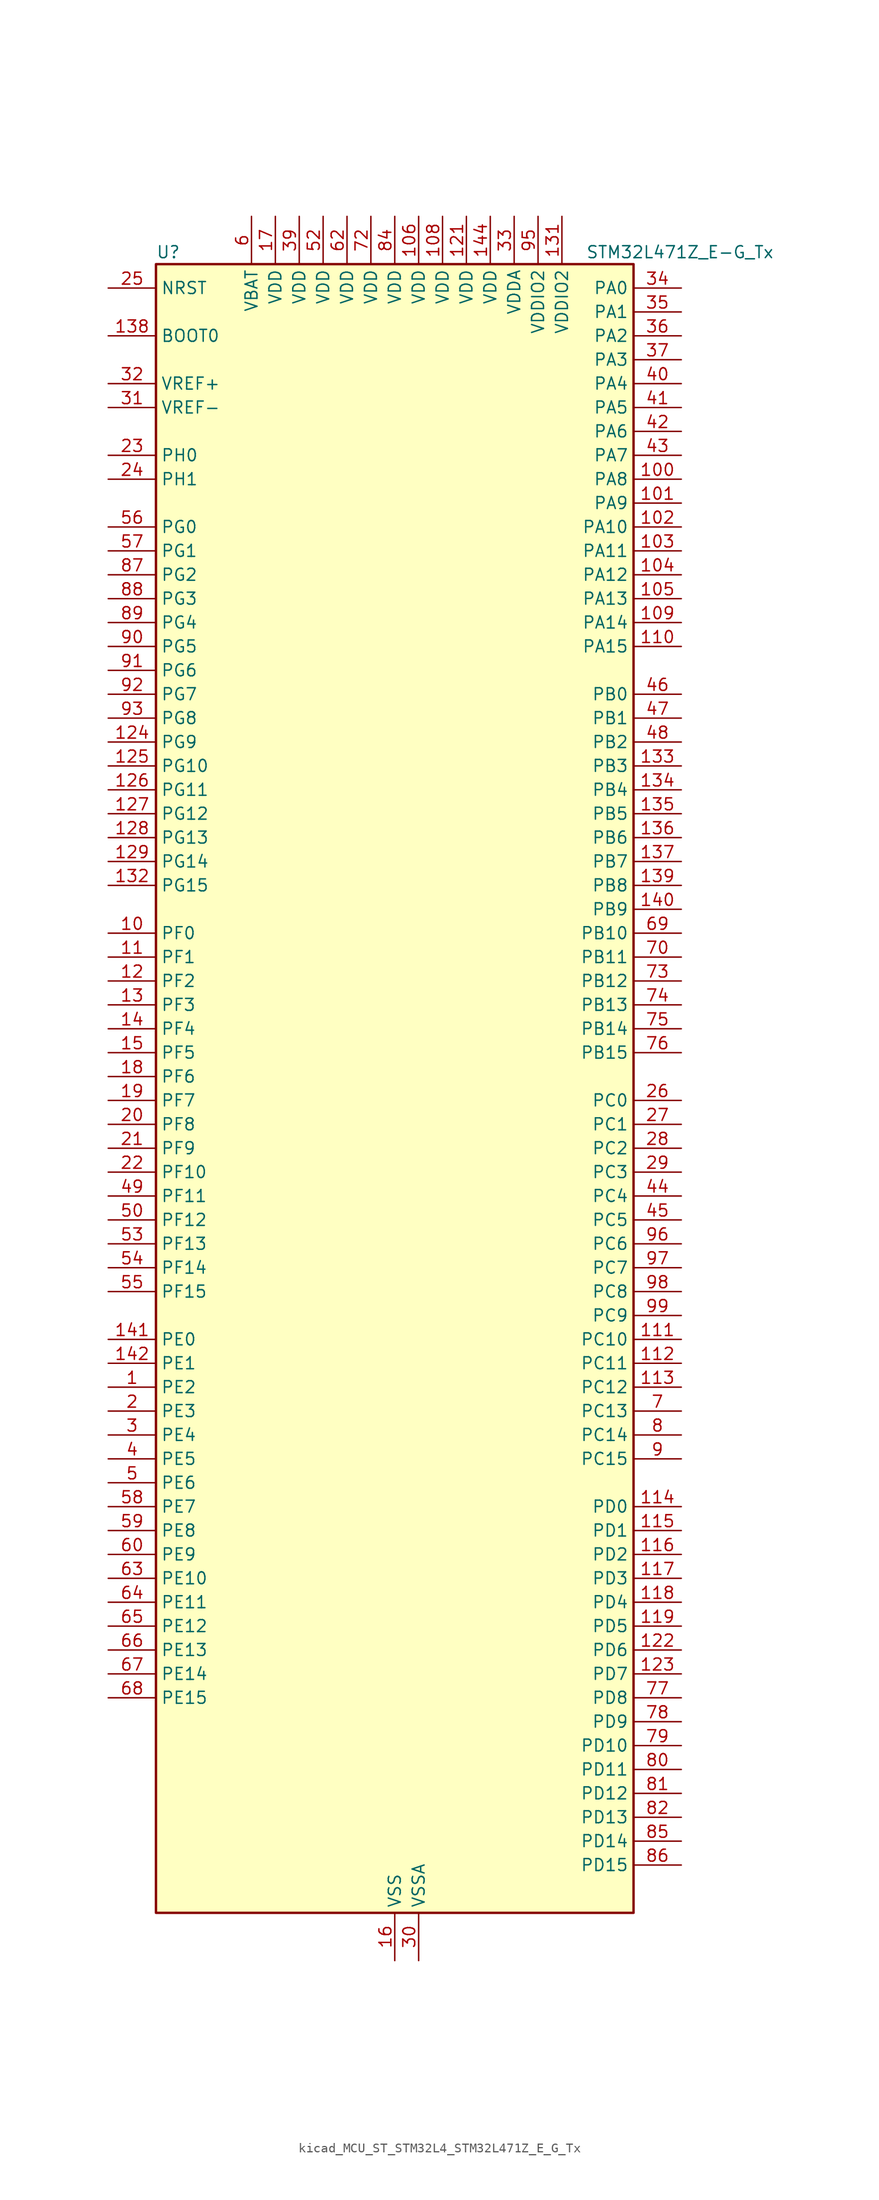
<source format=kicad_sym>
(kicad_symbol_lib
  (version 20220914)
  (generator kicad_symbol_editor)
  (symbol "kicad_MCU_ST_STM32L4_STM32L471Z_E_G_Tx"
    (property "Reference" "U"
      (at -25.4 90.17 0)
      (effects (font (size 1.27 1.27)) (justify left)))
    (property "Value" "STM32L471Z_E-G_Tx"
      (at 20.32 90.17 0)
      (effects (font (size 1.27 1.27)) (justify left)))
    (property "ki_locked" ""
      (at 0 0 0)
      (effects (font (size 1.27 1.27))))
    (symbol "kicad_MCU_ST_STM32L4_STM32L471Z_E_G_Tx_0_1"
      (rectangle (start -25.4 -86.36) (end 25.4 88.9) (stroke (width 0.254) (type default)) (fill (type background))))
    (symbol "kicad_MCU_ST_STM32L4_STM32L471Z_E_G_Tx_1_1"
      (pin bidirectional line (at -30.48 -30.48 0) (length 5.08) (name "PE2" (effects (font (size 1.27 1.27)))) (number "1" (effects (font (size 1.27 1.27)))) (alternate "FMC_A23" bidirectional line) (alternate "SAI1_MCLK_A" bidirectional line) (alternate "SYS_TRACECLK" bidirectional line) (alternate "TIM3_ETR" bidirectional line) (alternate "TSC_G7_IO1" bidirectional line))
      (pin bidirectional line (at -30.48 17.78 0) (length 5.08) (name "PF0" (effects (font (size 1.27 1.27)))) (number "10" (effects (font (size 1.27 1.27)))) (alternate "FMC_A0" bidirectional line) (alternate "I2C2_SDA" bidirectional line))
      (pin bidirectional line (at 30.48 66.04 180) (length 5.08) (name "PA8" (effects (font (size 1.27 1.27)))) (number "100" (effects (font (size 1.27 1.27)))) (alternate "LPTIM2_OUT" bidirectional line) (alternate "RCC_MCO" bidirectional line) (alternate "TIM1_CH1" bidirectional line) (alternate "USART1_CK" bidirectional line))
      (pin bidirectional line (at 30.48 63.5 180) (length 5.08) (name "PA9" (effects (font (size 1.27 1.27)))) (number "101" (effects (font (size 1.27 1.27)))) (alternate "DAC1_EXTI9" bidirectional line) (alternate "TIM15_BKIN" bidirectional line) (alternate "TIM1_CH2" bidirectional line) (alternate "USART1_TX" bidirectional line))
      (pin bidirectional line (at 30.48 60.96 180) (length 5.08) (name "PA10" (effects (font (size 1.27 1.27)))) (number "102" (effects (font (size 1.27 1.27)))) (alternate "TIM17_BKIN" bidirectional line) (alternate "TIM1_CH3" bidirectional line) (alternate "USART1_RX" bidirectional line))
      (pin bidirectional line (at 30.48 58.42 180) (length 5.08) (name "PA11" (effects (font (size 1.27 1.27)))) (number "103" (effects (font (size 1.27 1.27)))) (alternate "ADC1_EXTI11" bidirectional line) (alternate "ADC2_EXTI11" bidirectional line) (alternate "ADC3_EXTI11" bidirectional line) (alternate "CAN1_RX" bidirectional line) (alternate "TIM1_BKIN2" bidirectional line) (alternate "TIM1_BKIN2_COMP1" bidirectional line) (alternate "TIM1_CH4" bidirectional line) (alternate "USART1_CTS" bidirectional line))
      (pin bidirectional line (at 30.48 55.88 180) (length 5.08) (name "PA12" (effects (font (size 1.27 1.27)))) (number "104" (effects (font (size 1.27 1.27)))) (alternate "CAN1_TX" bidirectional line) (alternate "TIM1_ETR" bidirectional line) (alternate "USART1_DE" bidirectional line) (alternate "USART1_RTS" bidirectional line))
      (pin bidirectional line (at 30.48 53.34 180) (length 5.08) (name "PA13" (effects (font (size 1.27 1.27)))) (number "105" (effects (font (size 1.27 1.27)))) (alternate "IR_OUT" bidirectional line) (alternate "SYS_JTMS-SWDIO" bidirectional line))
      (pin power_in line (at 2.54 93.98 270) (length 5.08) (name "VDD" (effects (font (size 1.27 1.27)))) (number "106" (effects (font (size 1.27 1.27)))))
      (pin passive line (at 0 -91.44 90) (length 5.08) hide (name "VSS" (effects (font (size 1.27 1.27)))) (number "107" (effects (font (size 1.27 1.27)))))
      (pin power_in line (at 5.08 93.98 270) (length 5.08) (name "VDD" (effects (font (size 1.27 1.27)))) (number "108" (effects (font (size 1.27 1.27)))))
      (pin bidirectional line (at 30.48 50.8 180) (length 5.08) (name "PA14" (effects (font (size 1.27 1.27)))) (number "109" (effects (font (size 1.27 1.27)))) (alternate "SYS_JTCK-SWCLK" bidirectional line))
      (pin bidirectional line (at -30.48 15.24 0) (length 5.08) (name "PF1" (effects (font (size 1.27 1.27)))) (number "11" (effects (font (size 1.27 1.27)))) (alternate "FMC_A1" bidirectional line) (alternate "I2C2_SCL" bidirectional line))
      (pin bidirectional line (at 30.48 48.26 180) (length 5.08) (name "PA15" (effects (font (size 1.27 1.27)))) (number "110" (effects (font (size 1.27 1.27)))) (alternate "ADC1_EXTI15" bidirectional line) (alternate "ADC2_EXTI15" bidirectional line) (alternate "ADC3_EXTI15" bidirectional line) (alternate "SAI2_FS_B" bidirectional line) (alternate "SPI1_NSS" bidirectional line) (alternate "SPI3_NSS" bidirectional line) (alternate "SYS_JTDI" bidirectional line) (alternate "TIM2_CH1" bidirectional line) (alternate "TIM2_ETR" bidirectional line) (alternate "TSC_G3_IO1" bidirectional line) (alternate "UART4_DE" bidirectional line) (alternate "UART4_RTS" bidirectional line))
      (pin bidirectional line (at 30.48 -25.4 180) (length 5.08) (name "PC10" (effects (font (size 1.27 1.27)))) (number "111" (effects (font (size 1.27 1.27)))) (alternate "SAI2_SCK_B" bidirectional line) (alternate "SDMMC1_D2" bidirectional line) (alternate "SPI3_SCK" bidirectional line) (alternate "TSC_G3_IO2" bidirectional line) (alternate "UART4_TX" bidirectional line) (alternate "USART3_TX" bidirectional line))
      (pin bidirectional line (at 30.48 -27.94 180) (length 5.08) (name "PC11" (effects (font (size 1.27 1.27)))) (number "112" (effects (font (size 1.27 1.27)))) (alternate "ADC1_EXTI11" bidirectional line) (alternate "ADC2_EXTI11" bidirectional line) (alternate "ADC3_EXTI11" bidirectional line) (alternate "SAI2_MCLK_B" bidirectional line) (alternate "SDMMC1_D3" bidirectional line) (alternate "SPI3_MISO" bidirectional line) (alternate "TSC_G3_IO3" bidirectional line) (alternate "UART4_RX" bidirectional line) (alternate "USART3_RX" bidirectional line))
      (pin bidirectional line (at 30.48 -30.48 180) (length 5.08) (name "PC12" (effects (font (size 1.27 1.27)))) (number "113" (effects (font (size 1.27 1.27)))) (alternate "SAI2_SD_B" bidirectional line) (alternate "SDMMC1_CK" bidirectional line) (alternate "SPI3_MOSI" bidirectional line) (alternate "TSC_G3_IO4" bidirectional line) (alternate "UART5_TX" bidirectional line) (alternate "USART3_CK" bidirectional line))
      (pin bidirectional line (at 30.48 -43.18 180) (length 5.08) (name "PD0" (effects (font (size 1.27 1.27)))) (number "114" (effects (font (size 1.27 1.27)))) (alternate "CAN1_RX" bidirectional line) (alternate "DFSDM1_DATIN7" bidirectional line) (alternate "FMC_D2" bidirectional line) (alternate "FMC_DA2" bidirectional line) (alternate "SPI2_NSS" bidirectional line))
      (pin bidirectional line (at 30.48 -45.72 180) (length 5.08) (name "PD1" (effects (font (size 1.27 1.27)))) (number "115" (effects (font (size 1.27 1.27)))) (alternate "CAN1_TX" bidirectional line) (alternate "DFSDM1_CKIN7" bidirectional line) (alternate "FMC_D3" bidirectional line) (alternate "FMC_DA3" bidirectional line) (alternate "SPI2_SCK" bidirectional line))
      (pin bidirectional line (at 30.48 -48.26 180) (length 5.08) (name "PD2" (effects (font (size 1.27 1.27)))) (number "116" (effects (font (size 1.27 1.27)))) (alternate "SDMMC1_CMD" bidirectional line) (alternate "TIM3_ETR" bidirectional line) (alternate "TSC_SYNC" bidirectional line) (alternate "UART5_RX" bidirectional line) (alternate "USART3_DE" bidirectional line) (alternate "USART3_RTS" bidirectional line))
      (pin bidirectional line (at 30.48 -50.8 180) (length 5.08) (name "PD3" (effects (font (size 1.27 1.27)))) (number "117" (effects (font (size 1.27 1.27)))) (alternate "DFSDM1_DATIN0" bidirectional line) (alternate "FMC_CLK" bidirectional line) (alternate "SPI2_MISO" bidirectional line) (alternate "USART2_CTS" bidirectional line))
      (pin bidirectional line (at 30.48 -53.34 180) (length 5.08) (name "PD4" (effects (font (size 1.27 1.27)))) (number "118" (effects (font (size 1.27 1.27)))) (alternate "DFSDM1_CKIN0" bidirectional line) (alternate "FMC_NOE" bidirectional line) (alternate "SPI2_MOSI" bidirectional line) (alternate "USART2_DE" bidirectional line) (alternate "USART2_RTS" bidirectional line))
      (pin bidirectional line (at 30.48 -55.88 180) (length 5.08) (name "PD5" (effects (font (size 1.27 1.27)))) (number "119" (effects (font (size 1.27 1.27)))) (alternate "FMC_NWE" bidirectional line) (alternate "USART2_TX" bidirectional line))
      (pin bidirectional line (at -30.48 12.7 0) (length 5.08) (name "PF2" (effects (font (size 1.27 1.27)))) (number "12" (effects (font (size 1.27 1.27)))) (alternate "FMC_A2" bidirectional line) (alternate "I2C2_SMBA" bidirectional line))
      (pin passive line (at 0 -91.44 90) (length 5.08) hide (name "VSS" (effects (font (size 1.27 1.27)))) (number "120" (effects (font (size 1.27 1.27)))))
      (pin power_in line (at 7.62 93.98 270) (length 5.08) (name "VDD" (effects (font (size 1.27 1.27)))) (number "121" (effects (font (size 1.27 1.27)))))
      (pin bidirectional line (at 30.48 -58.42 180) (length 5.08) (name "PD6" (effects (font (size 1.27 1.27)))) (number "122" (effects (font (size 1.27 1.27)))) (alternate "DFSDM1_DATIN1" bidirectional line) (alternate "FMC_NWAIT" bidirectional line) (alternate "SAI1_SD_A" bidirectional line) (alternate "USART2_RX" bidirectional line))
      (pin bidirectional line (at 30.48 -60.96 180) (length 5.08) (name "PD7" (effects (font (size 1.27 1.27)))) (number "123" (effects (font (size 1.27 1.27)))) (alternate "DFSDM1_CKIN1" bidirectional line) (alternate "FMC_NE1" bidirectional line) (alternate "USART2_CK" bidirectional line))
      (pin bidirectional line (at -30.48 38.1 0) (length 5.08) (name "PG9" (effects (font (size 1.27 1.27)))) (number "124" (effects (font (size 1.27 1.27)))) (alternate "DAC1_EXTI9" bidirectional line) (alternate "FMC_NCE3" bidirectional line) (alternate "FMC_NE2" bidirectional line) (alternate "SAI2_SCK_A" bidirectional line) (alternate "SPI3_SCK" bidirectional line) (alternate "TIM15_CH1N" bidirectional line) (alternate "USART1_TX" bidirectional line))
      (pin bidirectional line (at -30.48 35.56 0) (length 5.08) (name "PG10" (effects (font (size 1.27 1.27)))) (number "125" (effects (font (size 1.27 1.27)))) (alternate "FMC_NE3" bidirectional line) (alternate "LPTIM1_IN1" bidirectional line) (alternate "SAI2_FS_A" bidirectional line) (alternate "SPI3_MISO" bidirectional line) (alternate "TIM15_CH1" bidirectional line) (alternate "USART1_RX" bidirectional line))
      (pin bidirectional line (at -30.48 33.02 0) (length 5.08) (name "PG11" (effects (font (size 1.27 1.27)))) (number "126" (effects (font (size 1.27 1.27)))) (alternate "ADC1_EXTI11" bidirectional line) (alternate "ADC2_EXTI11" bidirectional line) (alternate "ADC3_EXTI11" bidirectional line) (alternate "LPTIM1_IN2" bidirectional line) (alternate "SAI2_MCLK_A" bidirectional line) (alternate "SPI3_MOSI" bidirectional line) (alternate "TIM15_CH2" bidirectional line) (alternate "USART1_CTS" bidirectional line))
      (pin bidirectional line (at -30.48 30.48 0) (length 5.08) (name "PG12" (effects (font (size 1.27 1.27)))) (number "127" (effects (font (size 1.27 1.27)))) (alternate "FMC_NE4" bidirectional line) (alternate "LPTIM1_ETR" bidirectional line) (alternate "SAI2_SD_A" bidirectional line) (alternate "SPI3_NSS" bidirectional line) (alternate "USART1_DE" bidirectional line) (alternate "USART1_RTS" bidirectional line))
      (pin bidirectional line (at -30.48 27.94 0) (length 5.08) (name "PG13" (effects (font (size 1.27 1.27)))) (number "128" (effects (font (size 1.27 1.27)))) (alternate "FMC_A24" bidirectional line) (alternate "I2C1_SDA" bidirectional line) (alternate "USART1_CK" bidirectional line))
      (pin bidirectional line (at -30.48 25.4 0) (length 5.08) (name "PG14" (effects (font (size 1.27 1.27)))) (number "129" (effects (font (size 1.27 1.27)))) (alternate "FMC_A25" bidirectional line) (alternate "I2C1_SCL" bidirectional line))
      (pin bidirectional line (at -30.48 10.16 0) (length 5.08) (name "PF3" (effects (font (size 1.27 1.27)))) (number "13" (effects (font (size 1.27 1.27)))) (alternate "ADC3_IN6" bidirectional line) (alternate "FMC_A3" bidirectional line))
      (pin passive line (at 0 -91.44 90) (length 5.08) hide (name "VSS" (effects (font (size 1.27 1.27)))) (number "130" (effects (font (size 1.27 1.27)))))
      (pin power_in line (at 17.78 93.98 270) (length 5.08) (name "VDDIO2" (effects (font (size 1.27 1.27)))) (number "131" (effects (font (size 1.27 1.27)))))
      (pin bidirectional line (at -30.48 22.86 0) (length 5.08) (name "PG15" (effects (font (size 1.27 1.27)))) (number "132" (effects (font (size 1.27 1.27)))) (alternate "ADC1_EXTI15" bidirectional line) (alternate "ADC2_EXTI15" bidirectional line) (alternate "ADC3_EXTI15" bidirectional line) (alternate "I2C1_SMBA" bidirectional line) (alternate "LPTIM1_OUT" bidirectional line))
      (pin bidirectional line (at 30.48 35.56 180) (length 5.08) (name "PB3" (effects (font (size 1.27 1.27)))) (number "133" (effects (font (size 1.27 1.27)))) (alternate "COMP2_INM" bidirectional line) (alternate "SAI1_SCK_B" bidirectional line) (alternate "SPI1_SCK" bidirectional line) (alternate "SPI3_SCK" bidirectional line) (alternate "SYS_JTDO-SWO" bidirectional line) (alternate "TIM2_CH2" bidirectional line) (alternate "USART1_DE" bidirectional line) (alternate "USART1_RTS" bidirectional line))
      (pin bidirectional line (at 30.48 33.02 180) (length 5.08) (name "PB4" (effects (font (size 1.27 1.27)))) (number "134" (effects (font (size 1.27 1.27)))) (alternate "COMP2_INP" bidirectional line) (alternate "SAI1_MCLK_B" bidirectional line) (alternate "SPI1_MISO" bidirectional line) (alternate "SPI3_MISO" bidirectional line) (alternate "SYS_JTRST" bidirectional line) (alternate "TIM17_BKIN" bidirectional line) (alternate "TIM3_CH1" bidirectional line) (alternate "TSC_G2_IO1" bidirectional line) (alternate "UART5_DE" bidirectional line) (alternate "UART5_RTS" bidirectional line) (alternate "USART1_CTS" bidirectional line))
      (pin bidirectional line (at 30.48 30.48 180) (length 5.08) (name "PB5" (effects (font (size 1.27 1.27)))) (number "135" (effects (font (size 1.27 1.27)))) (alternate "COMP2_OUT" bidirectional line) (alternate "I2C1_SMBA" bidirectional line) (alternate "LPTIM1_IN1" bidirectional line) (alternate "SAI1_SD_B" bidirectional line) (alternate "SPI1_MOSI" bidirectional line) (alternate "SPI3_MOSI" bidirectional line) (alternate "TIM16_BKIN" bidirectional line) (alternate "TIM3_CH2" bidirectional line) (alternate "TSC_G2_IO2" bidirectional line) (alternate "UART5_CTS" bidirectional line) (alternate "USART1_CK" bidirectional line))
      (pin bidirectional line (at 30.48 27.94 180) (length 5.08) (name "PB6" (effects (font (size 1.27 1.27)))) (number "136" (effects (font (size 1.27 1.27)))) (alternate "COMP2_INP" bidirectional line) (alternate "DFSDM1_DATIN5" bidirectional line) (alternate "I2C1_SCL" bidirectional line) (alternate "LPTIM1_ETR" bidirectional line) (alternate "SAI1_FS_B" bidirectional line) (alternate "TIM16_CH1N" bidirectional line) (alternate "TIM4_CH1" bidirectional line) (alternate "TIM8_BKIN2" bidirectional line) (alternate "TIM8_BKIN2_COMP2" bidirectional line) (alternate "TSC_G2_IO3" bidirectional line) (alternate "USART1_TX" bidirectional line))
      (pin bidirectional line (at 30.48 25.4 180) (length 5.08) (name "PB7" (effects (font (size 1.27 1.27)))) (number "137" (effects (font (size 1.27 1.27)))) (alternate "COMP2_INM" bidirectional line) (alternate "DFSDM1_CKIN5" bidirectional line) (alternate "FMC_NL" bidirectional line) (alternate "I2C1_SDA" bidirectional line) (alternate "LPTIM1_IN2" bidirectional line) (alternate "SYS_PVD_IN" bidirectional line) (alternate "TIM17_CH1N" bidirectional line) (alternate "TIM4_CH2" bidirectional line) (alternate "TIM8_BKIN" bidirectional line) (alternate "TIM8_BKIN_COMP1" bidirectional line) (alternate "TSC_G2_IO4" bidirectional line) (alternate "UART4_CTS" bidirectional line) (alternate "USART1_RX" bidirectional line))
      (pin input line (at -30.48 81.28 0) (length 5.08) (name "BOOT0" (effects (font (size 1.27 1.27)))) (number "138" (effects (font (size 1.27 1.27)))))
      (pin bidirectional line (at 30.48 22.86 180) (length 5.08) (name "PB8" (effects (font (size 1.27 1.27)))) (number "139" (effects (font (size 1.27 1.27)))) (alternate "CAN1_RX" bidirectional line) (alternate "DFSDM1_DATIN6" bidirectional line) (alternate "I2C1_SCL" bidirectional line) (alternate "SAI1_MCLK_A" bidirectional line) (alternate "SDMMC1_D4" bidirectional line) (alternate "TIM16_CH1" bidirectional line) (alternate "TIM4_CH3" bidirectional line))
      (pin bidirectional line (at -30.48 7.62 0) (length 5.08) (name "PF4" (effects (font (size 1.27 1.27)))) (number "14" (effects (font (size 1.27 1.27)))) (alternate "ADC3_IN7" bidirectional line) (alternate "FMC_A4" bidirectional line))
      (pin bidirectional line (at 30.48 20.32 180) (length 5.08) (name "PB9" (effects (font (size 1.27 1.27)))) (number "140" (effects (font (size 1.27 1.27)))) (alternate "CAN1_TX" bidirectional line) (alternate "DAC1_EXTI9" bidirectional line) (alternate "DFSDM1_CKIN6" bidirectional line) (alternate "I2C1_SDA" bidirectional line) (alternate "IR_OUT" bidirectional line) (alternate "SAI1_FS_A" bidirectional line) (alternate "SDMMC1_D5" bidirectional line) (alternate "SPI2_NSS" bidirectional line) (alternate "TIM17_CH1" bidirectional line) (alternate "TIM4_CH4" bidirectional line))
      (pin bidirectional line (at -30.48 -25.4 0) (length 5.08) (name "PE0" (effects (font (size 1.27 1.27)))) (number "141" (effects (font (size 1.27 1.27)))) (alternate "FMC_NBL0" bidirectional line) (alternate "TIM16_CH1" bidirectional line) (alternate "TIM4_ETR" bidirectional line))
      (pin bidirectional line (at -30.48 -27.94 0) (length 5.08) (name "PE1" (effects (font (size 1.27 1.27)))) (number "142" (effects (font (size 1.27 1.27)))) (alternate "FMC_NBL1" bidirectional line) (alternate "TIM17_CH1" bidirectional line))
      (pin passive line (at 0 -91.44 90) (length 5.08) hide (name "VSS" (effects (font (size 1.27 1.27)))) (number "143" (effects (font (size 1.27 1.27)))))
      (pin power_in line (at 10.16 93.98 270) (length 5.08) (name "VDD" (effects (font (size 1.27 1.27)))) (number "144" (effects (font (size 1.27 1.27)))))
      (pin bidirectional line (at -30.48 5.08 0) (length 5.08) (name "PF5" (effects (font (size 1.27 1.27)))) (number "15" (effects (font (size 1.27 1.27)))) (alternate "ADC3_IN8" bidirectional line) (alternate "FMC_A5" bidirectional line))
      (pin power_in line (at 0 -91.44 90) (length 5.08) (name "VSS" (effects (font (size 1.27 1.27)))) (number "16" (effects (font (size 1.27 1.27)))))
      (pin power_in line (at -12.7 93.98 270) (length 5.08) (name "VDD" (effects (font (size 1.27 1.27)))) (number "17" (effects (font (size 1.27 1.27)))))
      (pin bidirectional line (at -30.48 2.54 0) (length 5.08) (name "PF6" (effects (font (size 1.27 1.27)))) (number "18" (effects (font (size 1.27 1.27)))) (alternate "ADC3_IN9" bidirectional line) (alternate "SAI1_SD_B" bidirectional line) (alternate "TIM5_CH1" bidirectional line) (alternate "TIM5_ETR" bidirectional line))
      (pin bidirectional line (at -30.48 0 0) (length 5.08) (name "PF7" (effects (font (size 1.27 1.27)))) (number "19" (effects (font (size 1.27 1.27)))) (alternate "ADC3_IN10" bidirectional line) (alternate "SAI1_MCLK_B" bidirectional line) (alternate "TIM5_CH2" bidirectional line))
      (pin bidirectional line (at -30.48 -33.02 0) (length 5.08) (name "PE3" (effects (font (size 1.27 1.27)))) (number "2" (effects (font (size 1.27 1.27)))) (alternate "FMC_A19" bidirectional line) (alternate "SAI1_SD_B" bidirectional line) (alternate "SYS_TRACED0" bidirectional line) (alternate "TIM3_CH1" bidirectional line) (alternate "TSC_G7_IO2" bidirectional line))
      (pin bidirectional line (at -30.48 -2.54 0) (length 5.08) (name "PF8" (effects (font (size 1.27 1.27)))) (number "20" (effects (font (size 1.27 1.27)))) (alternate "ADC3_IN11" bidirectional line) (alternate "SAI1_SCK_B" bidirectional line) (alternate "TIM5_CH3" bidirectional line))
      (pin bidirectional line (at -30.48 -5.08 0) (length 5.08) (name "PF9" (effects (font (size 1.27 1.27)))) (number "21" (effects (font (size 1.27 1.27)))) (alternate "ADC3_IN12" bidirectional line) (alternate "DAC1_EXTI9" bidirectional line) (alternate "SAI1_FS_B" bidirectional line) (alternate "TIM15_CH1" bidirectional line) (alternate "TIM5_CH4" bidirectional line))
      (pin bidirectional line (at -30.48 -7.62 0) (length 5.08) (name "PF10" (effects (font (size 1.27 1.27)))) (number "22" (effects (font (size 1.27 1.27)))) (alternate "ADC3_IN13" bidirectional line) (alternate "TIM15_CH2" bidirectional line))
      (pin bidirectional line (at -30.48 68.58 0) (length 5.08) (name "PH0" (effects (font (size 1.27 1.27)))) (number "23" (effects (font (size 1.27 1.27)))) (alternate "RCC_OSC_IN" bidirectional line))
      (pin bidirectional line (at -30.48 66.04 0) (length 5.08) (name "PH1" (effects (font (size 1.27 1.27)))) (number "24" (effects (font (size 1.27 1.27)))) (alternate "RCC_OSC_OUT" bidirectional line))
      (pin input line (at -30.48 86.36 0) (length 5.08) (name "NRST" (effects (font (size 1.27 1.27)))) (number "25" (effects (font (size 1.27 1.27)))))
      (pin bidirectional line (at 30.48 0 180) (length 5.08) (name "PC0" (effects (font (size 1.27 1.27)))) (number "26" (effects (font (size 1.27 1.27)))) (alternate "ADC1_IN1" bidirectional line) (alternate "ADC2_IN1" bidirectional line) (alternate "ADC3_IN1" bidirectional line) (alternate "DFSDM1_DATIN4" bidirectional line) (alternate "I2C3_SCL" bidirectional line) (alternate "LPTIM1_IN1" bidirectional line) (alternate "LPTIM2_IN1" bidirectional line) (alternate "LPUART1_RX" bidirectional line))
      (pin bidirectional line (at 30.48 -2.54 180) (length 5.08) (name "PC1" (effects (font (size 1.27 1.27)))) (number "27" (effects (font (size 1.27 1.27)))) (alternate "ADC1_IN2" bidirectional line) (alternate "ADC2_IN2" bidirectional line) (alternate "ADC3_IN2" bidirectional line) (alternate "DFSDM1_CKIN4" bidirectional line) (alternate "I2C3_SDA" bidirectional line) (alternate "LPTIM1_OUT" bidirectional line) (alternate "LPUART1_TX" bidirectional line))
      (pin bidirectional line (at 30.48 -5.08 180) (length 5.08) (name "PC2" (effects (font (size 1.27 1.27)))) (number "28" (effects (font (size 1.27 1.27)))) (alternate "ADC1_IN3" bidirectional line) (alternate "ADC2_IN3" bidirectional line) (alternate "ADC3_IN3" bidirectional line) (alternate "DFSDM1_CKOUT" bidirectional line) (alternate "LPTIM1_IN2" bidirectional line) (alternate "SPI2_MISO" bidirectional line))
      (pin bidirectional line (at 30.48 -7.62 180) (length 5.08) (name "PC3" (effects (font (size 1.27 1.27)))) (number "29" (effects (font (size 1.27 1.27)))) (alternate "ADC1_IN4" bidirectional line) (alternate "ADC2_IN4" bidirectional line) (alternate "ADC3_IN4" bidirectional line) (alternate "LPTIM1_ETR" bidirectional line) (alternate "LPTIM2_ETR" bidirectional line) (alternate "SAI1_SD_A" bidirectional line) (alternate "SPI2_MOSI" bidirectional line))
      (pin bidirectional line (at -30.48 -35.56 0) (length 5.08) (name "PE4" (effects (font (size 1.27 1.27)))) (number "3" (effects (font (size 1.27 1.27)))) (alternate "DFSDM1_DATIN3" bidirectional line) (alternate "FMC_A20" bidirectional line) (alternate "SAI1_FS_A" bidirectional line) (alternate "SYS_TRACED1" bidirectional line) (alternate "TIM3_CH2" bidirectional line) (alternate "TSC_G7_IO3" bidirectional line))
      (pin power_in line (at 2.54 -91.44 90) (length 5.08) (name "VSSA" (effects (font (size 1.27 1.27)))) (number "30" (effects (font (size 1.27 1.27)))))
      (pin input line (at -30.48 73.66 0) (length 5.08) (name "VREF-" (effects (font (size 1.27 1.27)))) (number "31" (effects (font (size 1.27 1.27)))))
      (pin input line (at -30.48 76.2 0) (length 5.08) (name "VREF+" (effects (font (size 1.27 1.27)))) (number "32" (effects (font (size 1.27 1.27)))) (alternate "VREFBUF_OUT" bidirectional line))
      (pin power_in line (at 12.7 93.98 270) (length 5.08) (name "VDDA" (effects (font (size 1.27 1.27)))) (number "33" (effects (font (size 1.27 1.27)))))
      (pin bidirectional line (at 30.48 86.36 180) (length 5.08) (name "PA0" (effects (font (size 1.27 1.27)))) (number "34" (effects (font (size 1.27 1.27)))) (alternate "ADC1_IN5" bidirectional line) (alternate "ADC2_IN5" bidirectional line) (alternate "OPAMP1_VINP" bidirectional line) (alternate "RTC_TAMP2" bidirectional line) (alternate "SAI1_EXTCLK" bidirectional line) (alternate "SYS_WKUP1" bidirectional line) (alternate "TIM2_CH1" bidirectional line) (alternate "TIM2_ETR" bidirectional line) (alternate "TIM5_CH1" bidirectional line) (alternate "TIM8_ETR" bidirectional line) (alternate "UART4_TX" bidirectional line) (alternate "USART2_CTS" bidirectional line))
      (pin bidirectional line (at 30.48 83.82 180) (length 5.08) (name "PA1" (effects (font (size 1.27 1.27)))) (number "35" (effects (font (size 1.27 1.27)))) (alternate "ADC1_IN6" bidirectional line) (alternate "ADC2_IN6" bidirectional line) (alternate "OPAMP1_VINM" bidirectional line) (alternate "TIM15_CH1N" bidirectional line) (alternate "TIM2_CH2" bidirectional line) (alternate "TIM5_CH2" bidirectional line) (alternate "UART4_RX" bidirectional line) (alternate "USART2_DE" bidirectional line) (alternate "USART2_RTS" bidirectional line))
      (pin bidirectional line (at 30.48 81.28 180) (length 5.08) (name "PA2" (effects (font (size 1.27 1.27)))) (number "36" (effects (font (size 1.27 1.27)))) (alternate "ADC1_IN7" bidirectional line) (alternate "ADC2_IN7" bidirectional line) (alternate "RCC_LSCO" bidirectional line) (alternate "SAI2_EXTCLK" bidirectional line) (alternate "SYS_WKUP4" bidirectional line) (alternate "TIM15_CH1" bidirectional line) (alternate "TIM2_CH3" bidirectional line) (alternate "TIM5_CH3" bidirectional line) (alternate "USART2_TX" bidirectional line))
      (pin bidirectional line (at 30.48 78.74 180) (length 5.08) (name "PA3" (effects (font (size 1.27 1.27)))) (number "37" (effects (font (size 1.27 1.27)))) (alternate "ADC1_IN8" bidirectional line) (alternate "ADC2_IN8" bidirectional line) (alternate "OPAMP1_VOUT" bidirectional line) (alternate "TIM15_CH2" bidirectional line) (alternate "TIM2_CH4" bidirectional line) (alternate "TIM5_CH4" bidirectional line) (alternate "USART2_RX" bidirectional line))
      (pin passive line (at 0 -91.44 90) (length 5.08) hide (name "VSS" (effects (font (size 1.27 1.27)))) (number "38" (effects (font (size 1.27 1.27)))))
      (pin power_in line (at -10.16 93.98 270) (length 5.08) (name "VDD" (effects (font (size 1.27 1.27)))) (number "39" (effects (font (size 1.27 1.27)))))
      (pin bidirectional line (at -30.48 -38.1 0) (length 5.08) (name "PE5" (effects (font (size 1.27 1.27)))) (number "4" (effects (font (size 1.27 1.27)))) (alternate "DFSDM1_CKIN3" bidirectional line) (alternate "FMC_A21" bidirectional line) (alternate "SAI1_SCK_A" bidirectional line) (alternate "SYS_TRACED2" bidirectional line) (alternate "TIM3_CH3" bidirectional line) (alternate "TSC_G7_IO4" bidirectional line))
      (pin bidirectional line (at 30.48 76.2 180) (length 5.08) (name "PA4" (effects (font (size 1.27 1.27)))) (number "40" (effects (font (size 1.27 1.27)))) (alternate "ADC1_IN9" bidirectional line) (alternate "ADC2_IN9" bidirectional line) (alternate "DAC1_OUT1" bidirectional line) (alternate "LPTIM2_OUT" bidirectional line) (alternate "SAI1_FS_B" bidirectional line) (alternate "SPI1_NSS" bidirectional line) (alternate "SPI3_NSS" bidirectional line) (alternate "USART2_CK" bidirectional line))
      (pin bidirectional line (at 30.48 73.66 180) (length 5.08) (name "PA5" (effects (font (size 1.27 1.27)))) (number "41" (effects (font (size 1.27 1.27)))) (alternate "ADC1_IN10" bidirectional line) (alternate "ADC2_IN10" bidirectional line) (alternate "DAC1_OUT2" bidirectional line) (alternate "LPTIM2_ETR" bidirectional line) (alternate "SPI1_SCK" bidirectional line) (alternate "TIM2_CH1" bidirectional line) (alternate "TIM2_ETR" bidirectional line) (alternate "TIM8_CH1N" bidirectional line))
      (pin bidirectional line (at 30.48 71.12 180) (length 5.08) (name "PA6" (effects (font (size 1.27 1.27)))) (number "42" (effects (font (size 1.27 1.27)))) (alternate "ADC1_IN11" bidirectional line) (alternate "ADC2_IN11" bidirectional line) (alternate "OPAMP2_VINP" bidirectional line) (alternate "QUADSPI_BK1_IO3" bidirectional line) (alternate "SPI1_MISO" bidirectional line) (alternate "TIM16_CH1" bidirectional line) (alternate "TIM1_BKIN" bidirectional line) (alternate "TIM1_BKIN_COMP2" bidirectional line) (alternate "TIM3_CH1" bidirectional line) (alternate "TIM8_BKIN" bidirectional line) (alternate "TIM8_BKIN_COMP2" bidirectional line) (alternate "USART3_CTS" bidirectional line))
      (pin bidirectional line (at 30.48 68.58 180) (length 5.08) (name "PA7" (effects (font (size 1.27 1.27)))) (number "43" (effects (font (size 1.27 1.27)))) (alternate "ADC1_IN12" bidirectional line) (alternate "ADC2_IN12" bidirectional line) (alternate "OPAMP2_VINM" bidirectional line) (alternate "QUADSPI_BK1_IO2" bidirectional line) (alternate "SPI1_MOSI" bidirectional line) (alternate "TIM17_CH1" bidirectional line) (alternate "TIM1_CH1N" bidirectional line) (alternate "TIM3_CH2" bidirectional line) (alternate "TIM8_CH1N" bidirectional line))
      (pin bidirectional line (at 30.48 -10.16 180) (length 5.08) (name "PC4" (effects (font (size 1.27 1.27)))) (number "44" (effects (font (size 1.27 1.27)))) (alternate "ADC1_IN13" bidirectional line) (alternate "ADC2_IN13" bidirectional line) (alternate "COMP1_INM" bidirectional line) (alternate "USART3_TX" bidirectional line))
      (pin bidirectional line (at 30.48 -12.7 180) (length 5.08) (name "PC5" (effects (font (size 1.27 1.27)))) (number "45" (effects (font (size 1.27 1.27)))) (alternate "ADC1_IN14" bidirectional line) (alternate "ADC2_IN14" bidirectional line) (alternate "COMP1_INP" bidirectional line) (alternate "SYS_WKUP5" bidirectional line) (alternate "USART3_RX" bidirectional line))
      (pin bidirectional line (at 30.48 43.18 180) (length 5.08) (name "PB0" (effects (font (size 1.27 1.27)))) (number "46" (effects (font (size 1.27 1.27)))) (alternate "ADC1_IN15" bidirectional line) (alternate "ADC2_IN15" bidirectional line) (alternate "COMP1_OUT" bidirectional line) (alternate "OPAMP2_VOUT" bidirectional line) (alternate "QUADSPI_BK1_IO1" bidirectional line) (alternate "TIM1_CH2N" bidirectional line) (alternate "TIM3_CH3" bidirectional line) (alternate "TIM8_CH2N" bidirectional line) (alternate "USART3_CK" bidirectional line))
      (pin bidirectional line (at 30.48 40.64 180) (length 5.08) (name "PB1" (effects (font (size 1.27 1.27)))) (number "47" (effects (font (size 1.27 1.27)))) (alternate "ADC1_IN16" bidirectional line) (alternate "ADC2_IN16" bidirectional line) (alternate "COMP1_INM" bidirectional line) (alternate "DFSDM1_DATIN0" bidirectional line) (alternate "LPTIM2_IN1" bidirectional line) (alternate "QUADSPI_BK1_IO0" bidirectional line) (alternate "TIM1_CH3N" bidirectional line) (alternate "TIM3_CH4" bidirectional line) (alternate "TIM8_CH3N" bidirectional line) (alternate "USART3_DE" bidirectional line) (alternate "USART3_RTS" bidirectional line))
      (pin bidirectional line (at 30.48 38.1 180) (length 5.08) (name "PB2" (effects (font (size 1.27 1.27)))) (number "48" (effects (font (size 1.27 1.27)))) (alternate "COMP1_INP" bidirectional line) (alternate "DFSDM1_CKIN0" bidirectional line) (alternate "I2C3_SMBA" bidirectional line) (alternate "LPTIM1_OUT" bidirectional line) (alternate "RTC_OUT_ALARM" bidirectional line) (alternate "RTC_OUT_CALIB" bidirectional line))
      (pin bidirectional line (at -30.48 -10.16 0) (length 5.08) (name "PF11" (effects (font (size 1.27 1.27)))) (number "49" (effects (font (size 1.27 1.27)))) (alternate "ADC1_EXTI11" bidirectional line) (alternate "ADC2_EXTI11" bidirectional line) (alternate "ADC3_EXTI11" bidirectional line))
      (pin bidirectional line (at -30.48 -40.64 0) (length 5.08) (name "PE6" (effects (font (size 1.27 1.27)))) (number "5" (effects (font (size 1.27 1.27)))) (alternate "FMC_A22" bidirectional line) (alternate "RTC_TAMP3" bidirectional line) (alternate "SAI1_SD_A" bidirectional line) (alternate "SYS_TRACED3" bidirectional line) (alternate "SYS_WKUP3" bidirectional line) (alternate "TIM3_CH4" bidirectional line))
      (pin bidirectional line (at -30.48 -12.7 0) (length 5.08) (name "PF12" (effects (font (size 1.27 1.27)))) (number "50" (effects (font (size 1.27 1.27)))) (alternate "FMC_A6" bidirectional line))
      (pin passive line (at 0 -91.44 90) (length 5.08) hide (name "VSS" (effects (font (size 1.27 1.27)))) (number "51" (effects (font (size 1.27 1.27)))))
      (pin power_in line (at -7.62 93.98 270) (length 5.08) (name "VDD" (effects (font (size 1.27 1.27)))) (number "52" (effects (font (size 1.27 1.27)))))
      (pin bidirectional line (at -30.48 -15.24 0) (length 5.08) (name "PF13" (effects (font (size 1.27 1.27)))) (number "53" (effects (font (size 1.27 1.27)))) (alternate "DFSDM1_DATIN6" bidirectional line) (alternate "FMC_A7" bidirectional line))
      (pin bidirectional line (at -30.48 -17.78 0) (length 5.08) (name "PF14" (effects (font (size 1.27 1.27)))) (number "54" (effects (font (size 1.27 1.27)))) (alternate "DFSDM1_CKIN6" bidirectional line) (alternate "FMC_A8" bidirectional line) (alternate "TSC_G8_IO1" bidirectional line))
      (pin bidirectional line (at -30.48 -20.32 0) (length 5.08) (name "PF15" (effects (font (size 1.27 1.27)))) (number "55" (effects (font (size 1.27 1.27)))) (alternate "ADC1_EXTI15" bidirectional line) (alternate "ADC2_EXTI15" bidirectional line) (alternate "ADC3_EXTI15" bidirectional line) (alternate "FMC_A9" bidirectional line) (alternate "TSC_G8_IO2" bidirectional line))
      (pin bidirectional line (at -30.48 60.96 0) (length 5.08) (name "PG0" (effects (font (size 1.27 1.27)))) (number "56" (effects (font (size 1.27 1.27)))) (alternate "FMC_A10" bidirectional line) (alternate "TSC_G8_IO3" bidirectional line))
      (pin bidirectional line (at -30.48 58.42 0) (length 5.08) (name "PG1" (effects (font (size 1.27 1.27)))) (number "57" (effects (font (size 1.27 1.27)))) (alternate "FMC_A11" bidirectional line) (alternate "TSC_G8_IO4" bidirectional line))
      (pin bidirectional line (at -30.48 -43.18 0) (length 5.08) (name "PE7" (effects (font (size 1.27 1.27)))) (number "58" (effects (font (size 1.27 1.27)))) (alternate "DFSDM1_DATIN2" bidirectional line) (alternate "FMC_D4" bidirectional line) (alternate "FMC_DA4" bidirectional line) (alternate "SAI1_SD_B" bidirectional line) (alternate "TIM1_ETR" bidirectional line))
      (pin bidirectional line (at -30.48 -45.72 0) (length 5.08) (name "PE8" (effects (font (size 1.27 1.27)))) (number "59" (effects (font (size 1.27 1.27)))) (alternate "DFSDM1_CKIN2" bidirectional line) (alternate "FMC_D5" bidirectional line) (alternate "FMC_DA5" bidirectional line) (alternate "SAI1_SCK_B" bidirectional line) (alternate "TIM1_CH1N" bidirectional line))
      (pin power_in line (at -15.24 93.98 270) (length 5.08) (name "VBAT" (effects (font (size 1.27 1.27)))) (number "6" (effects (font (size 1.27 1.27)))))
      (pin bidirectional line (at -30.48 -48.26 0) (length 5.08) (name "PE9" (effects (font (size 1.27 1.27)))) (number "60" (effects (font (size 1.27 1.27)))) (alternate "DAC1_EXTI9" bidirectional line) (alternate "DFSDM1_CKOUT" bidirectional line) (alternate "FMC_D6" bidirectional line) (alternate "FMC_DA6" bidirectional line) (alternate "SAI1_FS_B" bidirectional line) (alternate "TIM1_CH1" bidirectional line))
      (pin passive line (at 0 -91.44 90) (length 5.08) hide (name "VSS" (effects (font (size 1.27 1.27)))) (number "61" (effects (font (size 1.27 1.27)))))
      (pin power_in line (at -5.08 93.98 270) (length 5.08) (name "VDD" (effects (font (size 1.27 1.27)))) (number "62" (effects (font (size 1.27 1.27)))))
      (pin bidirectional line (at -30.48 -50.8 0) (length 5.08) (name "PE10" (effects (font (size 1.27 1.27)))) (number "63" (effects (font (size 1.27 1.27)))) (alternate "DFSDM1_DATIN4" bidirectional line) (alternate "FMC_D7" bidirectional line) (alternate "FMC_DA7" bidirectional line) (alternate "QUADSPI_CLK" bidirectional line) (alternate "SAI1_MCLK_B" bidirectional line) (alternate "TIM1_CH2N" bidirectional line) (alternate "TSC_G5_IO1" bidirectional line))
      (pin bidirectional line (at -30.48 -53.34 0) (length 5.08) (name "PE11" (effects (font (size 1.27 1.27)))) (number "64" (effects (font (size 1.27 1.27)))) (alternate "ADC1_EXTI11" bidirectional line) (alternate "ADC2_EXTI11" bidirectional line) (alternate "ADC3_EXTI11" bidirectional line) (alternate "DFSDM1_CKIN4" bidirectional line) (alternate "FMC_D8" bidirectional line) (alternate "FMC_DA8" bidirectional line) (alternate "QUADSPI_NCS" bidirectional line) (alternate "TIM1_CH2" bidirectional line) (alternate "TSC_G5_IO2" bidirectional line))
      (pin bidirectional line (at -30.48 -55.88 0) (length 5.08) (name "PE12" (effects (font (size 1.27 1.27)))) (number "65" (effects (font (size 1.27 1.27)))) (alternate "DFSDM1_DATIN5" bidirectional line) (alternate "FMC_D9" bidirectional line) (alternate "FMC_DA9" bidirectional line) (alternate "QUADSPI_BK1_IO0" bidirectional line) (alternate "SPI1_NSS" bidirectional line) (alternate "TIM1_CH3N" bidirectional line) (alternate "TSC_G5_IO3" bidirectional line))
      (pin bidirectional line (at -30.48 -58.42 0) (length 5.08) (name "PE13" (effects (font (size 1.27 1.27)))) (number "66" (effects (font (size 1.27 1.27)))) (alternate "DFSDM1_CKIN5" bidirectional line) (alternate "FMC_D10" bidirectional line) (alternate "FMC_DA10" bidirectional line) (alternate "QUADSPI_BK1_IO1" bidirectional line) (alternate "SPI1_SCK" bidirectional line) (alternate "TIM1_CH3" bidirectional line) (alternate "TSC_G5_IO4" bidirectional line))
      (pin bidirectional line (at -30.48 -60.96 0) (length 5.08) (name "PE14" (effects (font (size 1.27 1.27)))) (number "67" (effects (font (size 1.27 1.27)))) (alternate "FMC_D11" bidirectional line) (alternate "FMC_DA11" bidirectional line) (alternate "QUADSPI_BK1_IO2" bidirectional line) (alternate "SPI1_MISO" bidirectional line) (alternate "TIM1_BKIN2" bidirectional line) (alternate "TIM1_BKIN2_COMP2" bidirectional line) (alternate "TIM1_CH4" bidirectional line))
      (pin bidirectional line (at -30.48 -63.5 0) (length 5.08) (name "PE15" (effects (font (size 1.27 1.27)))) (number "68" (effects (font (size 1.27 1.27)))) (alternate "ADC1_EXTI15" bidirectional line) (alternate "ADC2_EXTI15" bidirectional line) (alternate "ADC3_EXTI15" bidirectional line) (alternate "FMC_D12" bidirectional line) (alternate "FMC_DA12" bidirectional line) (alternate "QUADSPI_BK1_IO3" bidirectional line) (alternate "SPI1_MOSI" bidirectional line) (alternate "TIM1_BKIN" bidirectional line) (alternate "TIM1_BKIN_COMP1" bidirectional line))
      (pin bidirectional line (at 30.48 17.78 180) (length 5.08) (name "PB10" (effects (font (size 1.27 1.27)))) (number "69" (effects (font (size 1.27 1.27)))) (alternate "COMP1_OUT" bidirectional line) (alternate "DFSDM1_DATIN7" bidirectional line) (alternate "I2C2_SCL" bidirectional line) (alternate "LPUART1_RX" bidirectional line) (alternate "QUADSPI_CLK" bidirectional line) (alternate "SAI1_SCK_A" bidirectional line) (alternate "SPI2_SCK" bidirectional line) (alternate "TIM2_CH3" bidirectional line) (alternate "USART3_TX" bidirectional line))
      (pin bidirectional line (at 30.48 -33.02 180) (length 5.08) (name "PC13" (effects (font (size 1.27 1.27)))) (number "7" (effects (font (size 1.27 1.27)))) (alternate "RTC_OUT_ALARM" bidirectional line) (alternate "RTC_OUT_CALIB" bidirectional line) (alternate "RTC_TAMP1" bidirectional line) (alternate "RTC_TS" bidirectional line) (alternate "SYS_WKUP2" bidirectional line))
      (pin bidirectional line (at 30.48 15.24 180) (length 5.08) (name "PB11" (effects (font (size 1.27 1.27)))) (number "70" (effects (font (size 1.27 1.27)))) (alternate "ADC1_EXTI11" bidirectional line) (alternate "ADC2_EXTI11" bidirectional line) (alternate "ADC3_EXTI11" bidirectional line) (alternate "COMP2_OUT" bidirectional line) (alternate "DFSDM1_CKIN7" bidirectional line) (alternate "I2C2_SDA" bidirectional line) (alternate "LPUART1_TX" bidirectional line) (alternate "QUADSPI_NCS" bidirectional line) (alternate "TIM2_CH4" bidirectional line) (alternate "USART3_RX" bidirectional line))
      (pin passive line (at 0 -91.44 90) (length 5.08) hide (name "VSS" (effects (font (size 1.27 1.27)))) (number "71" (effects (font (size 1.27 1.27)))))
      (pin power_in line (at -2.54 93.98 270) (length 5.08) (name "VDD" (effects (font (size 1.27 1.27)))) (number "72" (effects (font (size 1.27 1.27)))))
      (pin bidirectional line (at 30.48 12.7 180) (length 5.08) (name "PB12" (effects (font (size 1.27 1.27)))) (number "73" (effects (font (size 1.27 1.27)))) (alternate "DFSDM1_DATIN1" bidirectional line) (alternate "I2C2_SMBA" bidirectional line) (alternate "LPUART1_DE" bidirectional line) (alternate "LPUART1_RTS" bidirectional line) (alternate "SAI2_FS_A" bidirectional line) (alternate "SPI2_NSS" bidirectional line) (alternate "SWPMI1_IO" bidirectional line) (alternate "TIM15_BKIN" bidirectional line) (alternate "TIM1_BKIN" bidirectional line) (alternate "TIM1_BKIN_COMP2" bidirectional line) (alternate "TSC_G1_IO1" bidirectional line) (alternate "USART3_CK" bidirectional line))
      (pin bidirectional line (at 30.48 10.16 180) (length 5.08) (name "PB13" (effects (font (size 1.27 1.27)))) (number "74" (effects (font (size 1.27 1.27)))) (alternate "DFSDM1_CKIN1" bidirectional line) (alternate "I2C2_SCL" bidirectional line) (alternate "LPUART1_CTS" bidirectional line) (alternate "SAI2_SCK_A" bidirectional line) (alternate "SPI2_SCK" bidirectional line) (alternate "SWPMI1_TX" bidirectional line) (alternate "TIM15_CH1N" bidirectional line) (alternate "TIM1_CH1N" bidirectional line) (alternate "TSC_G1_IO2" bidirectional line) (alternate "USART3_CTS" bidirectional line))
      (pin bidirectional line (at 30.48 7.62 180) (length 5.08) (name "PB14" (effects (font (size 1.27 1.27)))) (number "75" (effects (font (size 1.27 1.27)))) (alternate "DFSDM1_DATIN2" bidirectional line) (alternate "I2C2_SDA" bidirectional line) (alternate "SAI2_MCLK_A" bidirectional line) (alternate "SPI2_MISO" bidirectional line) (alternate "SWPMI1_RX" bidirectional line) (alternate "TIM15_CH1" bidirectional line) (alternate "TIM1_CH2N" bidirectional line) (alternate "TIM8_CH2N" bidirectional line) (alternate "TSC_G1_IO3" bidirectional line) (alternate "USART3_DE" bidirectional line) (alternate "USART3_RTS" bidirectional line))
      (pin bidirectional line (at 30.48 5.08 180) (length 5.08) (name "PB15" (effects (font (size 1.27 1.27)))) (number "76" (effects (font (size 1.27 1.27)))) (alternate "ADC1_EXTI15" bidirectional line) (alternate "ADC2_EXTI15" bidirectional line) (alternate "ADC3_EXTI15" bidirectional line) (alternate "DFSDM1_CKIN2" bidirectional line) (alternate "RTC_REFIN" bidirectional line) (alternate "SAI2_SD_A" bidirectional line) (alternate "SPI2_MOSI" bidirectional line) (alternate "SWPMI1_SUSPEND" bidirectional line) (alternate "TIM15_CH2" bidirectional line) (alternate "TIM1_CH3N" bidirectional line) (alternate "TIM8_CH3N" bidirectional line) (alternate "TSC_G1_IO4" bidirectional line))
      (pin bidirectional line (at 30.48 -63.5 180) (length 5.08) (name "PD8" (effects (font (size 1.27 1.27)))) (number "77" (effects (font (size 1.27 1.27)))) (alternate "FMC_D13" bidirectional line) (alternate "FMC_DA13" bidirectional line) (alternate "USART3_TX" bidirectional line))
      (pin bidirectional line (at 30.48 -66.04 180) (length 5.08) (name "PD9" (effects (font (size 1.27 1.27)))) (number "78" (effects (font (size 1.27 1.27)))) (alternate "DAC1_EXTI9" bidirectional line) (alternate "FMC_D14" bidirectional line) (alternate "FMC_DA14" bidirectional line) (alternate "SAI2_MCLK_A" bidirectional line) (alternate "USART3_RX" bidirectional line))
      (pin bidirectional line (at 30.48 -68.58 180) (length 5.08) (name "PD10" (effects (font (size 1.27 1.27)))) (number "79" (effects (font (size 1.27 1.27)))) (alternate "FMC_D15" bidirectional line) (alternate "FMC_DA15" bidirectional line) (alternate "SAI2_SCK_A" bidirectional line) (alternate "TSC_G6_IO1" bidirectional line) (alternate "USART3_CK" bidirectional line))
      (pin bidirectional line (at 30.48 -35.56 180) (length 5.08) (name "PC14" (effects (font (size 1.27 1.27)))) (number "8" (effects (font (size 1.27 1.27)))) (alternate "RCC_OSC32_IN" bidirectional line))
      (pin bidirectional line (at 30.48 -71.12 180) (length 5.08) (name "PD11" (effects (font (size 1.27 1.27)))) (number "80" (effects (font (size 1.27 1.27)))) (alternate "ADC1_EXTI11" bidirectional line) (alternate "ADC2_EXTI11" bidirectional line) (alternate "ADC3_EXTI11" bidirectional line) (alternate "FMC_A16" bidirectional line) (alternate "FMC_CLE" bidirectional line) (alternate "LPTIM2_ETR" bidirectional line) (alternate "SAI2_SD_A" bidirectional line) (alternate "TSC_G6_IO2" bidirectional line) (alternate "USART3_CTS" bidirectional line))
      (pin bidirectional line (at 30.48 -73.66 180) (length 5.08) (name "PD12" (effects (font (size 1.27 1.27)))) (number "81" (effects (font (size 1.27 1.27)))) (alternate "FMC_A17" bidirectional line) (alternate "FMC_ALE" bidirectional line) (alternate "LPTIM2_IN1" bidirectional line) (alternate "SAI2_FS_A" bidirectional line) (alternate "TIM4_CH1" bidirectional line) (alternate "TSC_G6_IO3" bidirectional line) (alternate "USART3_DE" bidirectional line) (alternate "USART3_RTS" bidirectional line))
      (pin bidirectional line (at 30.48 -76.2 180) (length 5.08) (name "PD13" (effects (font (size 1.27 1.27)))) (number "82" (effects (font (size 1.27 1.27)))) (alternate "FMC_A18" bidirectional line) (alternate "LPTIM2_OUT" bidirectional line) (alternate "TIM4_CH2" bidirectional line) (alternate "TSC_G6_IO4" bidirectional line))
      (pin passive line (at 0 -91.44 90) (length 5.08) hide (name "VSS" (effects (font (size 1.27 1.27)))) (number "83" (effects (font (size 1.27 1.27)))))
      (pin power_in line (at 0 93.98 270) (length 5.08) (name "VDD" (effects (font (size 1.27 1.27)))) (number "84" (effects (font (size 1.27 1.27)))))
      (pin bidirectional line (at 30.48 -78.74 180) (length 5.08) (name "PD14" (effects (font (size 1.27 1.27)))) (number "85" (effects (font (size 1.27 1.27)))) (alternate "FMC_D0" bidirectional line) (alternate "FMC_DA0" bidirectional line) (alternate "TIM4_CH3" bidirectional line))
      (pin bidirectional line (at 30.48 -81.28 180) (length 5.08) (name "PD15" (effects (font (size 1.27 1.27)))) (number "86" (effects (font (size 1.27 1.27)))) (alternate "ADC1_EXTI15" bidirectional line) (alternate "ADC2_EXTI15" bidirectional line) (alternate "ADC3_EXTI15" bidirectional line) (alternate "FMC_D1" bidirectional line) (alternate "FMC_DA1" bidirectional line) (alternate "TIM4_CH4" bidirectional line))
      (pin bidirectional line (at -30.48 55.88 0) (length 5.08) (name "PG2" (effects (font (size 1.27 1.27)))) (number "87" (effects (font (size 1.27 1.27)))) (alternate "FMC_A12" bidirectional line) (alternate "SAI2_SCK_B" bidirectional line) (alternate "SPI1_SCK" bidirectional line))
      (pin bidirectional line (at -30.48 53.34 0) (length 5.08) (name "PG3" (effects (font (size 1.27 1.27)))) (number "88" (effects (font (size 1.27 1.27)))) (alternate "FMC_A13" bidirectional line) (alternate "SAI2_FS_B" bidirectional line) (alternate "SPI1_MISO" bidirectional line))
      (pin bidirectional line (at -30.48 50.8 0) (length 5.08) (name "PG4" (effects (font (size 1.27 1.27)))) (number "89" (effects (font (size 1.27 1.27)))) (alternate "FMC_A14" bidirectional line) (alternate "SAI2_MCLK_B" bidirectional line) (alternate "SPI1_MOSI" bidirectional line))
      (pin bidirectional line (at 30.48 -38.1 180) (length 5.08) (name "PC15" (effects (font (size 1.27 1.27)))) (number "9" (effects (font (size 1.27 1.27)))) (alternate "ADC1_EXTI15" bidirectional line) (alternate "ADC2_EXTI15" bidirectional line) (alternate "ADC3_EXTI15" bidirectional line) (alternate "RCC_OSC32_OUT" bidirectional line))
      (pin bidirectional line (at -30.48 48.26 0) (length 5.08) (name "PG5" (effects (font (size 1.27 1.27)))) (number "90" (effects (font (size 1.27 1.27)))) (alternate "FMC_A15" bidirectional line) (alternate "LPUART1_CTS" bidirectional line) (alternate "SAI2_SD_B" bidirectional line) (alternate "SPI1_NSS" bidirectional line))
      (pin bidirectional line (at -30.48 45.72 0) (length 5.08) (name "PG6" (effects (font (size 1.27 1.27)))) (number "91" (effects (font (size 1.27 1.27)))) (alternate "I2C3_SMBA" bidirectional line) (alternate "LPUART1_DE" bidirectional line) (alternate "LPUART1_RTS" bidirectional line))
      (pin bidirectional line (at -30.48 43.18 0) (length 5.08) (name "PG7" (effects (font (size 1.27 1.27)))) (number "92" (effects (font (size 1.27 1.27)))) (alternate "FMC_INT3" bidirectional line) (alternate "I2C3_SCL" bidirectional line) (alternate "LPUART1_TX" bidirectional line))
      (pin bidirectional line (at -30.48 40.64 0) (length 5.08) (name "PG8" (effects (font (size 1.27 1.27)))) (number "93" (effects (font (size 1.27 1.27)))) (alternate "I2C3_SDA" bidirectional line) (alternate "LPUART1_RX" bidirectional line))
      (pin passive line (at 0 -91.44 90) (length 5.08) hide (name "VSS" (effects (font (size 1.27 1.27)))) (number "94" (effects (font (size 1.27 1.27)))))
      (pin power_in line (at 15.24 93.98 270) (length 5.08) (name "VDDIO2" (effects (font (size 1.27 1.27)))) (number "95" (effects (font (size 1.27 1.27)))))
      (pin bidirectional line (at 30.48 -15.24 180) (length 5.08) (name "PC6" (effects (font (size 1.27 1.27)))) (number "96" (effects (font (size 1.27 1.27)))) (alternate "DFSDM1_CKIN3" bidirectional line) (alternate "SAI2_MCLK_A" bidirectional line) (alternate "SDMMC1_D6" bidirectional line) (alternate "TIM3_CH1" bidirectional line) (alternate "TIM8_CH1" bidirectional line) (alternate "TSC_G4_IO1" bidirectional line))
      (pin bidirectional line (at 30.48 -17.78 180) (length 5.08) (name "PC7" (effects (font (size 1.27 1.27)))) (number "97" (effects (font (size 1.27 1.27)))) (alternate "DFSDM1_DATIN3" bidirectional line) (alternate "SAI2_MCLK_B" bidirectional line) (alternate "SDMMC1_D7" bidirectional line) (alternate "TIM3_CH2" bidirectional line) (alternate "TIM8_CH2" bidirectional line) (alternate "TSC_G4_IO2" bidirectional line))
      (pin bidirectional line (at 30.48 -20.32 180) (length 5.08) (name "PC8" (effects (font (size 1.27 1.27)))) (number "98" (effects (font (size 1.27 1.27)))) (alternate "SDMMC1_D0" bidirectional line) (alternate "TIM3_CH3" bidirectional line) (alternate "TIM8_CH3" bidirectional line) (alternate "TSC_G4_IO3" bidirectional line))
      (pin bidirectional line (at 30.48 -22.86 180) (length 5.08) (name "PC9" (effects (font (size 1.27 1.27)))) (number "99" (effects (font (size 1.27 1.27)))) (alternate "DAC1_EXTI9" bidirectional line) (alternate "SAI2_EXTCLK" bidirectional line) (alternate "SDMMC1_D1" bidirectional line) (alternate "TIM3_CH4" bidirectional line) (alternate "TIM8_BKIN2" bidirectional line) (alternate "TIM8_BKIN2_COMP1" bidirectional line) (alternate "TIM8_CH4" bidirectional line) (alternate "TSC_G4_IO4" bidirectional line)))))
</source>
